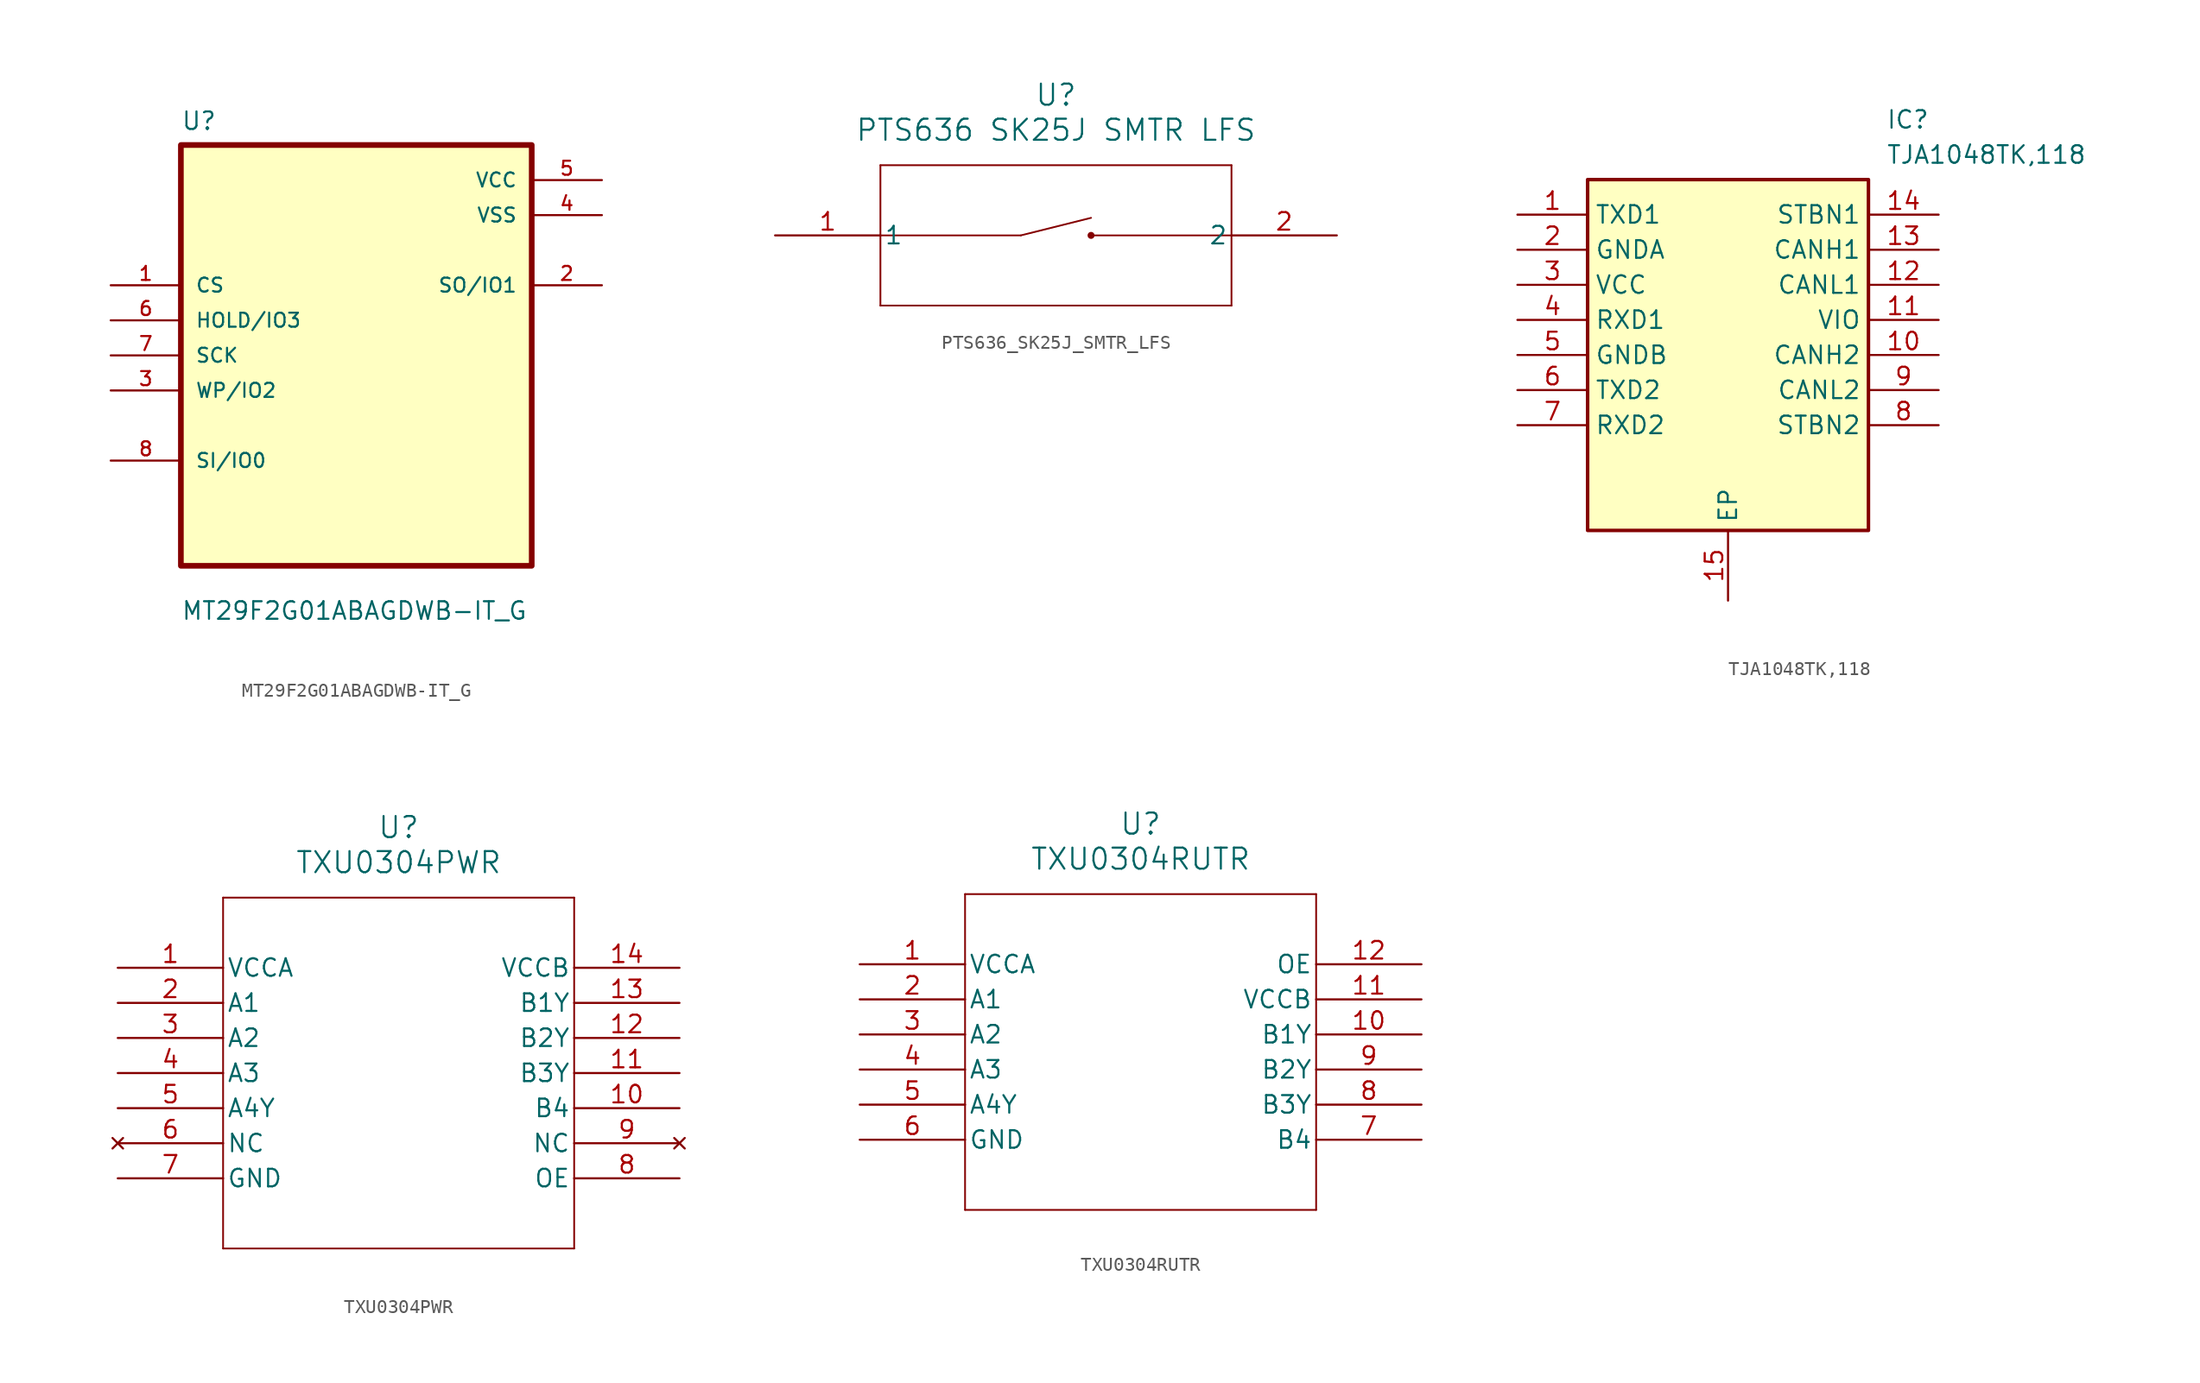
<source format=kicad_sym>
(kicad_symbol_lib
  (version 20220914)
  (generator kicad_symbol_editor)
  (symbol "MT29F2G01ABAGDWB-IT_G"
    (pin_names
      (offset 1.016))
    (property "Reference" "U"
      (at -12.7 16.24 0)
      (effects (font (size 1.27 1.27)) (justify left bottom)))
    (property "Value" "MT29F2G01ABAGDWB-IT_G"
      (at -12.7 -19.24 0)
      (effects (font (size 1.27 1.27)) (justify left bottom)))
    (symbol "MT29F2G01ABAGDWB-IT_G_0_0"
      (rectangle (start -12.7 -15.24) (end 12.7 15.24) (stroke (width 0.41) (type default)) (fill (type background)))
      (pin input line (at -17.78 5.08 0) (length 5.08) (name "CS" (effects (font (size 1.016 1.016)))) (number "1" (effects (font (size 1.016 1.016)))))
      (pin output line (at 17.78 5.08 180) (length 5.08) (name "SO/IO1" (effects (font (size 1.016 1.016)))) (number "2" (effects (font (size 1.016 1.016)))))
      (pin input line (at -17.78 -2.54 0) (length 5.08) (name "WP/IO2" (effects (font (size 1.016 1.016)))) (number "3" (effects (font (size 1.016 1.016)))))
      (pin power_in line (at 17.78 10.16 180) (length 5.08) (name "VSS" (effects (font (size 1.016 1.016)))) (number "4" (effects (font (size 1.016 1.016)))))
      (pin power_in line (at 17.78 12.7 180) (length 5.08) (name "VCC" (effects (font (size 1.016 1.016)))) (number "5" (effects (font (size 1.016 1.016)))))
      (pin input line (at -17.78 2.54 0) (length 5.08) (name "HOLD/IO3" (effects (font (size 1.016 1.016)))) (number "6" (effects (font (size 1.016 1.016)))))
      (pin input line (at -17.78 0 0) (length 5.08) (name "SCK" (effects (font (size 1.016 1.016)))) (number "7" (effects (font (size 1.016 1.016)))))
      (pin bidirectional line (at -17.78 -7.62 0) (length 5.08) (name "SI/IO0" (effects (font (size 1.016 1.016)))) (number "8" (effects (font (size 1.016 1.016)))))))
  (symbol "PTS636_SK25J_SMTR_LFS"
    (pin_names
      (offset 0.254))
    (property "Reference" "U"
      (at 20.32 10.16 0)
      (effects (font (size 1.524 1.524))))
    (property "Value" "PTS636 SK25J SMTR LFS"
      (at 20.32 7.62 0)
      (effects (font (size 1.524 1.524))))
    (property "ki_locked" ""
      (at 0 0 0)
      (effects (font (size 1.27 1.27))))
    (symbol "PTS636_SK25J_SMTR_LFS_0_1"
      (polyline (pts (xy 7.62 -5.08) (xy 33.02 -5.08)) (stroke (width 0.127) (type default)) (fill (type none)))
      (polyline (pts (xy 7.62 0) (xy 17.78 0)) (stroke (width 0.127) (type default)) (fill (type none)))
      (polyline (pts (xy 7.62 5.08) (xy 7.62 -5.08)) (stroke (width 0.127) (type default)) (fill (type none)))
      (polyline (pts (xy 17.78 0) (xy 22.86 1.27)) (stroke (width 0.127) (type default)) (fill (type none)))
      (polyline (pts (xy 22.86 0) (xy 33.02 0)) (stroke (width 0.127) (type default)) (fill (type none)))
      (polyline (pts (xy 33.02 -5.08) (xy 33.02 5.08)) (stroke (width 0.127) (type default)) (fill (type none)))
      (polyline (pts (xy 33.02 5.08) (xy 7.62 5.08)) (stroke (width 0.127) (type default)) (fill (type none)))
      (circle (center 22.86 0) (radius 0.127) (stroke (width 0.254) (type default)) (fill (type none)))
      (pin unspecified line (at 0 0 0) (length 7.62) (name "1" (effects (font (size 1.27 1.27)))) (number "1" (effects (font (size 1.27 1.27)))))
      (pin unspecified line (at 40.64 0 180) (length 7.62) (name "2" (effects (font (size 1.27 1.27)))) (number "2" (effects (font (size 1.27 1.27)))))))
  (symbol "TJA1048TK,118"
    (property "Reference" "IC"
      (at 26.67 7.62 0)
      (effects (font (size 1.27 1.27)) (justify left top)))
    (property "Value" "TJA1048TK,118"
      (at 26.67 5.08 0)
      (effects (font (size 1.27 1.27)) (justify left top)))
    (symbol "TJA1048TK,118_1_1"
      (rectangle (start 5.08 2.54) (end 25.4 -22.86) (stroke (width 0.254) (type default)) (fill (type background)))
      (pin bidirectional line (at 0 0 0) (length 5.08) (name "TXD1" (effects (font (size 1.27 1.27)))) (number "1" (effects (font (size 1.27 1.27)))))
      (pin bidirectional line (at 30.48 -10.16 180) (length 5.08) (name "CANH2" (effects (font (size 1.27 1.27)))) (number "10" (effects (font (size 1.27 1.27)))))
      (pin power_in line (at 30.48 -7.62 180) (length 5.08) (name "VIO" (effects (font (size 1.27 1.27)))) (number "11" (effects (font (size 1.27 1.27)))))
      (pin bidirectional line (at 30.48 -5.08 180) (length 5.08) (name "CANL1" (effects (font (size 1.27 1.27)))) (number "12" (effects (font (size 1.27 1.27)))))
      (pin bidirectional line (at 30.48 -2.54 180) (length 5.08) (name "CANH1" (effects (font (size 1.27 1.27)))) (number "13" (effects (font (size 1.27 1.27)))))
      (pin passive line (at 30.48 0 180) (length 5.08) (name "STBN1" (effects (font (size 1.27 1.27)))) (number "14" (effects (font (size 1.27 1.27)))))
      (pin passive line (at 15.24 -27.94 90) (length 5.08) (name "EP" (effects (font (size 1.27 1.27)))) (number "15" (effects (font (size 1.27 1.27)))))
      (pin power_in line (at 0 -2.54 0) (length 5.08) (name "GNDA" (effects (font (size 1.27 1.27)))) (number "2" (effects (font (size 1.27 1.27)))))
      (pin power_in line (at 0 -5.08 0) (length 5.08) (name "VCC" (effects (font (size 1.27 1.27)))) (number "3" (effects (font (size 1.27 1.27)))))
      (pin bidirectional line (at 0 -7.62 0) (length 5.08) (name "RXD1" (effects (font (size 1.27 1.27)))) (number "4" (effects (font (size 1.27 1.27)))))
      (pin power_in line (at 0 -10.16 0) (length 5.08) (name "GNDB" (effects (font (size 1.27 1.27)))) (number "5" (effects (font (size 1.27 1.27)))))
      (pin bidirectional line (at 0 -12.7 0) (length 5.08) (name "TXD2" (effects (font (size 1.27 1.27)))) (number "6" (effects (font (size 1.27 1.27)))))
      (pin bidirectional line (at 0 -15.24 0) (length 5.08) (name "RXD2" (effects (font (size 1.27 1.27)))) (number "7" (effects (font (size 1.27 1.27)))))
      (pin passive line (at 30.48 -15.24 180) (length 5.08) (name "STBN2" (effects (font (size 1.27 1.27)))) (number "8" (effects (font (size 1.27 1.27)))))
      (pin bidirectional line (at 30.48 -12.7 180) (length 5.08) (name "CANL2" (effects (font (size 1.27 1.27)))) (number "9" (effects (font (size 1.27 1.27)))))))
  (symbol "TXU0304PWR"
    (pin_names
      (offset 0.254))
    (property "Reference" "U"
      (at 20.32 10.16 0)
      (effects (font (size 1.524 1.524))))
    (property "Value" "TXU0304PWR"
      (at 20.32 7.62 0)
      (effects (font (size 1.524 1.524))))
    (property "ki_locked" ""
      (at 0 0 0)
      (effects (font (size 1.27 1.27))))
    (symbol "TXU0304PWR_0_1"
      (polyline (pts (xy 7.62 -20.32) (xy 33.02 -20.32)) (stroke (width 0.127) (type default)) (fill (type none)))
      (polyline (pts (xy 7.62 5.08) (xy 7.62 -20.32)) (stroke (width 0.127) (type default)) (fill (type none)))
      (polyline (pts (xy 33.02 -20.32) (xy 33.02 5.08)) (stroke (width 0.127) (type default)) (fill (type none)))
      (polyline (pts (xy 33.02 5.08) (xy 7.62 5.08)) (stroke (width 0.127) (type default)) (fill (type none)))
      (pin power_in line (at 0 0 0) (length 7.62) (name "VCCA" (effects (font (size 1.27 1.27)))) (number "1" (effects (font (size 1.27 1.27)))))
      (pin input line (at 40.64 -10.16 180) (length 7.62) (name "B4" (effects (font (size 1.27 1.27)))) (number "10" (effects (font (size 1.27 1.27)))))
      (pin output line (at 40.64 -7.62 180) (length 7.62) (name "B3Y" (effects (font (size 1.27 1.27)))) (number "11" (effects (font (size 1.27 1.27)))))
      (pin output line (at 40.64 -5.08 180) (length 7.62) (name "B2Y" (effects (font (size 1.27 1.27)))) (number "12" (effects (font (size 1.27 1.27)))))
      (pin output line (at 40.64 -2.54 180) (length 7.62) (name "B1Y" (effects (font (size 1.27 1.27)))) (number "13" (effects (font (size 1.27 1.27)))))
      (pin power_in line (at 40.64 0 180) (length 7.62) (name "VCCB" (effects (font (size 1.27 1.27)))) (number "14" (effects (font (size 1.27 1.27)))))
      (pin input line (at 0 -2.54 0) (length 7.62) (name "A1" (effects (font (size 1.27 1.27)))) (number "2" (effects (font (size 1.27 1.27)))))
      (pin input line (at 0 -5.08 0) (length 7.62) (name "A2" (effects (font (size 1.27 1.27)))) (number "3" (effects (font (size 1.27 1.27)))))
      (pin input line (at 0 -7.62 0) (length 7.62) (name "A3" (effects (font (size 1.27 1.27)))) (number "4" (effects (font (size 1.27 1.27)))))
      (pin output line (at 0 -10.16 0) (length 7.62) (name "A4Y" (effects (font (size 1.27 1.27)))) (number "5" (effects (font (size 1.27 1.27)))))
      (pin no_connect line (at 0 -12.7 0) (length 7.62) (name "NC" (effects (font (size 1.27 1.27)))) (number "6" (effects (font (size 1.27 1.27)))))
      (pin power_out line (at 0 -15.24 0) (length 7.62) (name "GND" (effects (font (size 1.27 1.27)))) (number "7" (effects (font (size 1.27 1.27)))))
      (pin input line (at 40.64 -15.24 180) (length 7.62) (name "OE" (effects (font (size 1.27 1.27)))) (number "8" (effects (font (size 1.27 1.27)))))
      (pin no_connect line (at 40.64 -12.7 180) (length 7.62) (name "NC" (effects (font (size 1.27 1.27)))) (number "9" (effects (font (size 1.27 1.27)))))))
  (symbol "TXU0304RUTR"
    (pin_names
      (offset 0.254))
    (property "Reference" "U"
      (at 20.32 10.16 0)
      (effects (font (size 1.524 1.524))))
    (property "Value" "TXU0304RUTR"
      (at 20.32 7.62 0)
      (effects (font (size 1.524 1.524))))
    (property "ki_locked" ""
      (at 0 0 0)
      (effects (font (size 1.27 1.27))))
    (symbol "TXU0304RUTR_0_1"
      (polyline (pts (xy 7.62 -17.78) (xy 33.02 -17.78)) (stroke (width 0.127) (type default)) (fill (type none)))
      (polyline (pts (xy 7.62 5.08) (xy 7.62 -17.78)) (stroke (width 0.127) (type default)) (fill (type none)))
      (polyline (pts (xy 33.02 -17.78) (xy 33.02 5.08)) (stroke (width 0.127) (type default)) (fill (type none)))
      (polyline (pts (xy 33.02 5.08) (xy 7.62 5.08)) (stroke (width 0.127) (type default)) (fill (type none)))
      (pin power_in line (at 0 0 0) (length 7.62) (name "VCCA" (effects (font (size 1.27 1.27)))) (number "1" (effects (font (size 1.27 1.27)))))
      (pin bidirectional line (at 40.64 -5.08 180) (length 7.62) (name "B1Y" (effects (font (size 1.27 1.27)))) (number "10" (effects (font (size 1.27 1.27)))))
      (pin power_in line (at 40.64 -2.54 180) (length 7.62) (name "VCCB" (effects (font (size 1.27 1.27)))) (number "11" (effects (font (size 1.27 1.27)))))
      (pin unspecified line (at 40.64 0 180) (length 7.62) (name "OE" (effects (font (size 1.27 1.27)))) (number "12" (effects (font (size 1.27 1.27)))))
      (pin bidirectional line (at 0 -2.54 0) (length 7.62) (name "A1" (effects (font (size 1.27 1.27)))) (number "2" (effects (font (size 1.27 1.27)))))
      (pin bidirectional line (at 0 -5.08 0) (length 7.62) (name "A2" (effects (font (size 1.27 1.27)))) (number "3" (effects (font (size 1.27 1.27)))))
      (pin bidirectional line (at 0 -7.62 0) (length 7.62) (name "A3" (effects (font (size 1.27 1.27)))) (number "4" (effects (font (size 1.27 1.27)))))
      (pin bidirectional line (at 0 -10.16 0) (length 7.62) (name "A4Y" (effects (font (size 1.27 1.27)))) (number "5" (effects (font (size 1.27 1.27)))))
      (pin bidirectional line (at 40.64 -12.7 180) (length 7.62) (name "B4" (effects (font (size 1.27 1.27)))) (number "7" (effects (font (size 1.27 1.27)))))
      (pin bidirectional line (at 40.64 -10.16 180) (length 7.62) (name "B3Y" (effects (font (size 1.27 1.27)))) (number "8" (effects (font (size 1.27 1.27)))))
      (pin bidirectional line (at 40.64 -7.62 180) (length 7.62) (name "B2Y" (effects (font (size 1.27 1.27)))) (number "9" (effects (font (size 1.27 1.27))))))
    (symbol "TXU0304RUTR_1_1"
      (pin power_in line (at 0 -12.7 0) (length 7.62) (name "GND" (effects (font (size 1.27 1.27)))) (number "6" (effects (font (size 1.27 1.27))))))))
</source>
